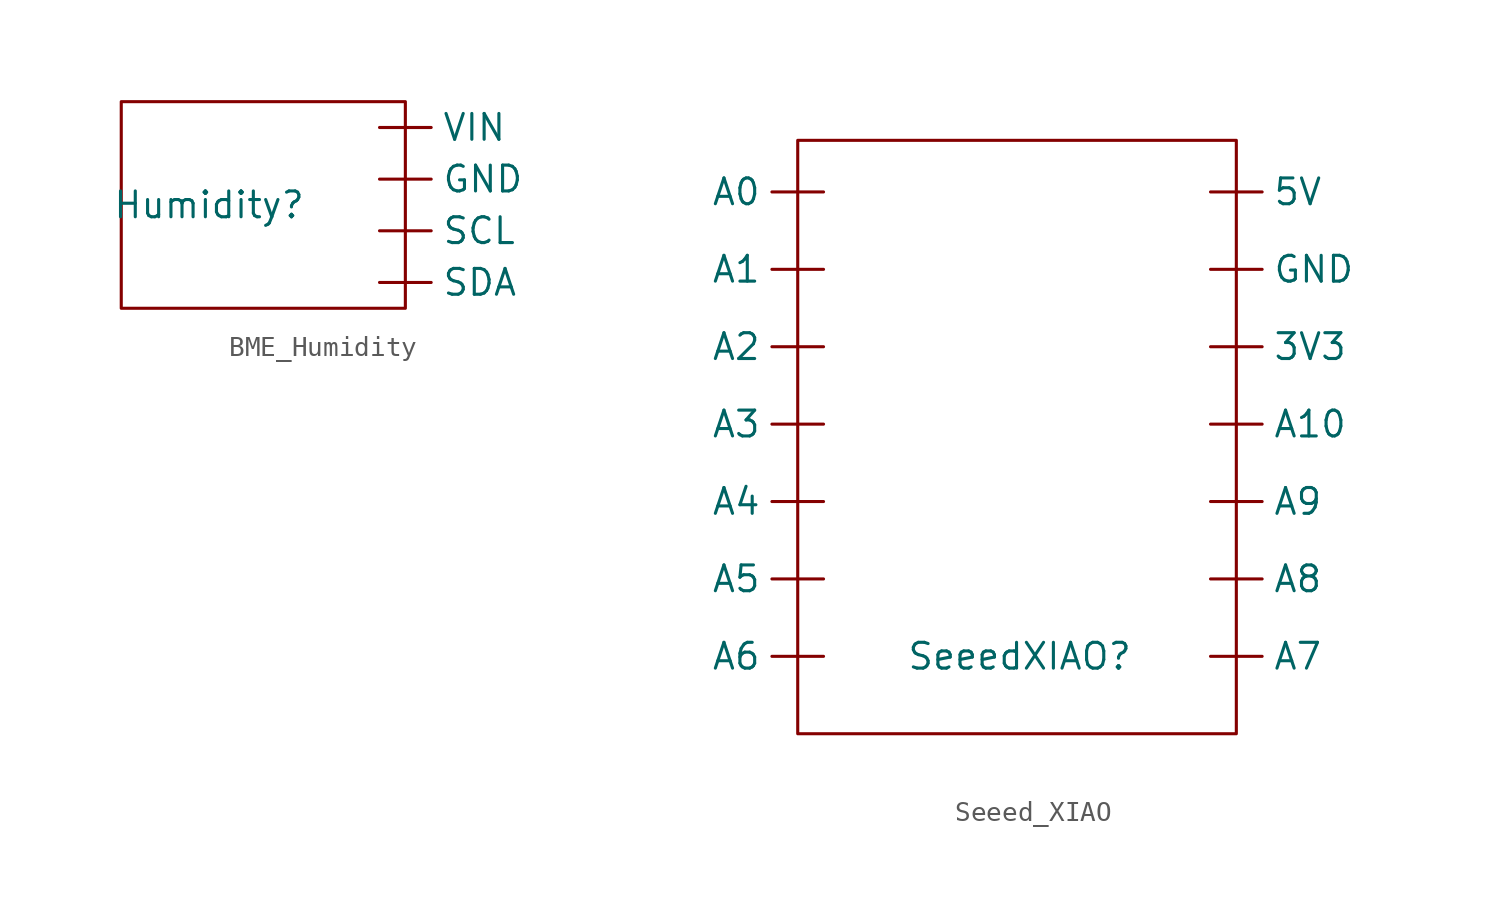
<source format=kicad_sym>
(kicad_symbol_lib
  (version 20231120)
  (generator "kicad_symbol_editor")
  (generator_version "8.0")
  (symbol "BME_Humidity"
    (property "Reference" "Humidity"
      (at -0.762 -1.27 0)
      (effects (font (size 1.27 1.27))))
    (property "Value" ""
      (at 0 0 0)
      (effects (font (size 1.27 1.27))))
    (symbol "BME_Humidity_0_1"
      (rectangle (start -5.08 3.81) (end 8.89 -6.35) (stroke (width 0) (type default)) (fill (type none))))
    (symbol "BME_Humidity_1_1"
      (pin input line (at 7.62 0 0) (length 2.54) (name "GND" (effects (font (size 1.27 1.27)))) (number "" (effects (font (size 1.27 1.27)))))
      (pin input line (at 7.62 -2.54 0) (length 2.54) (name "SCL" (effects (font (size 1.27 1.27)))) (number "" (effects (font (size 1.27 1.27)))))
      (pin input line (at 7.62 -5.08 0) (length 2.54) (name "SDA" (effects (font (size 1.27 1.27)))) (number "" (effects (font (size 1.27 1.27)))))
      (pin input line (at 7.62 2.54 0) (length 2.54) (name "VIN" (effects (font (size 1.27 1.27)))) (number "" (effects (font (size 1.27 1.27)))))))
  (symbol "Seeed_XIAO"
    (property "Reference" "SeeedXIAO"
      (at -0.508 -2.54 0)
      (effects (font (size 1.27 1.27))))
    (property "Value" ""
      (at 0 0 0)
      (effects (font (size 1.27 1.27))))
    (symbol "Seeed_XIAO_0_1"
      (rectangle (start 10.16 -6.35) (end -11.43 22.86) (stroke (width 0) (type default)) (fill (type none))))
    (symbol "Seeed_XIAO_1_1"
      (pin input line (at 8.89 12.7 0) (length 2.54) (name "3V3" (effects (font (size 1.27 1.27)))) (number "" (effects (font (size 1.27 1.27)))))
      (pin input line (at 8.89 20.32 0) (length 2.54) (name "5V" (effects (font (size 1.27 1.27)))) (number "" (effects (font (size 1.27 1.27)))))
      (pin input line (at -10.16 20.32 180) (length 2.54) (name "A0" (effects (font (size 1.27 1.27)))) (number "" (effects (font (size 1.27 1.27)))))
      (pin input line (at -10.16 16.51 180) (length 2.54) (name "A1" (effects (font (size 1.27 1.27)))) (number "" (effects (font (size 1.27 1.27)))))
      (pin input line (at 8.89 8.89 0) (length 2.54) (name "A10" (effects (font (size 1.27 1.27)))) (number "" (effects (font (size 1.27 1.27)))))
      (pin input line (at -10.16 12.7 180) (length 2.54) (name "A2" (effects (font (size 1.27 1.27)))) (number "" (effects (font (size 1.27 1.27)))))
      (pin input line (at -10.16 8.89 180) (length 2.54) (name "A3" (effects (font (size 1.27 1.27)))) (number "" (effects (font (size 1.27 1.27)))))
      (pin input line (at -10.16 5.08 180) (length 2.54) (name "A4" (effects (font (size 1.27 1.27)))) (number "" (effects (font (size 1.27 1.27)))))
      (pin input line (at -10.16 1.27 180) (length 2.54) (name "A5" (effects (font (size 1.27 1.27)))) (number "" (effects (font (size 1.27 1.27)))))
      (pin input line (at -10.16 -2.54 180) (length 2.54) (name "A6" (effects (font (size 1.27 1.27)))) (number "" (effects (font (size 1.27 1.27)))))
      (pin input line (at 8.89 -2.54 0) (length 2.54) (name "A7" (effects (font (size 1.27 1.27)))) (number "" (effects (font (size 1.27 1.27)))))
      (pin input line (at 8.89 1.27 0) (length 2.54) (name "A8" (effects (font (size 1.27 1.27)))) (number "" (effects (font (size 1.27 1.27)))))
      (pin input line (at 8.89 5.08 0) (length 2.54) (name "A9" (effects (font (size 1.27 1.27)))) (number "" (effects (font (size 1.27 1.27)))))
      (pin input line (at 8.89 16.51 0) (length 2.54) (name "GND" (effects (font (size 1.27 1.27)))) (number "" (effects (font (size 1.27 1.27))))))))
</source>
